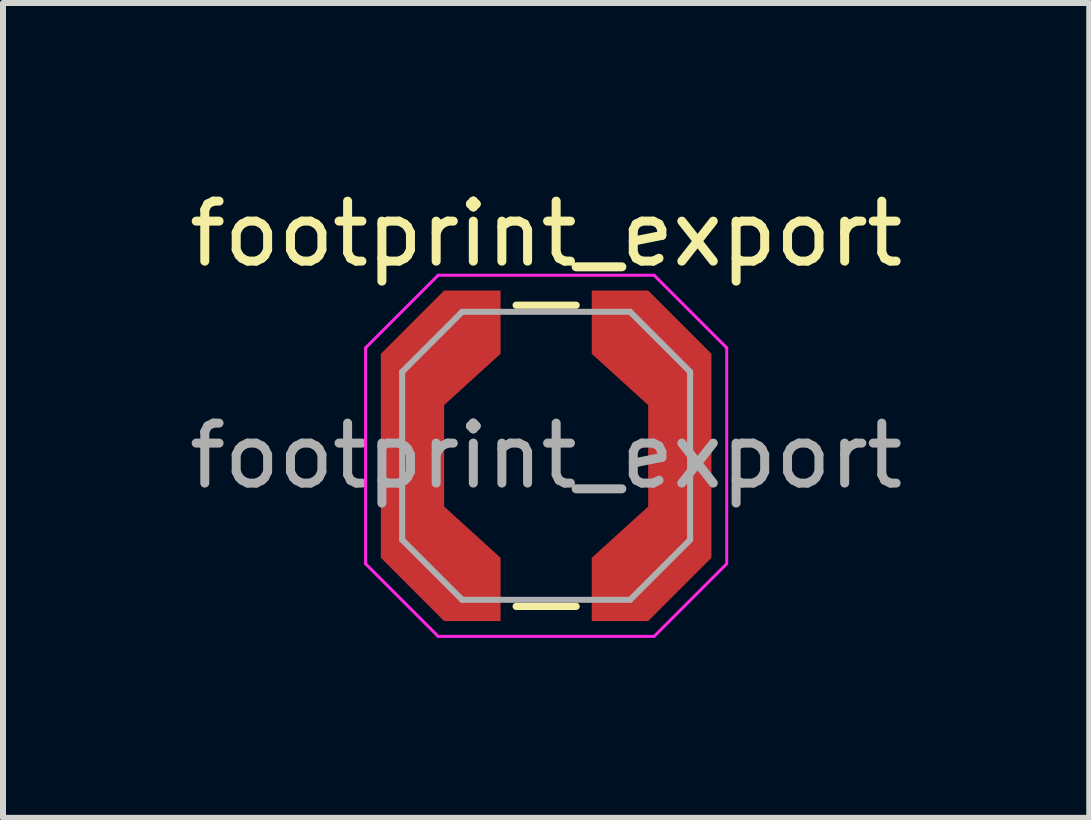
<source format=kicad_pcb>
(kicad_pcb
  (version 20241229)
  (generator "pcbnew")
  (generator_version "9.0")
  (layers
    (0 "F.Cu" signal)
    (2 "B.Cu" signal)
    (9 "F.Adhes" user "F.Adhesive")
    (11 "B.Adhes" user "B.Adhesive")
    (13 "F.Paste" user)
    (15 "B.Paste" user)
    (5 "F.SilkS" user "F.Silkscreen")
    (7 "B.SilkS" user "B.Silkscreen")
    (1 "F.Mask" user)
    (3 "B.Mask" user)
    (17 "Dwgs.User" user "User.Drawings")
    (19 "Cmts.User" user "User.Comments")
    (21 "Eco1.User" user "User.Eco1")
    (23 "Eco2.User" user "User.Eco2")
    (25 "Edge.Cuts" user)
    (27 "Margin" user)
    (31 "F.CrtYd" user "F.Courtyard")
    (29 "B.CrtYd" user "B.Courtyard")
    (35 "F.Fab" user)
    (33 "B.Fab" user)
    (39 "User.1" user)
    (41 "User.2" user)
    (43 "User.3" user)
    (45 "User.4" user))
  (footprint "footprint_export"
    (layer "F.Cu")
    (at 6.054 4.548)
    (property "Reference" "footprint_export" (at 0 -3.7 0) (layer "F.SilkS") (effects (font (size 1 1) (thickness 0.15))))
    (attr smd)
    (fp_line (start -0.5 -2.51) (end 0.5 -2.51) (stroke (width 0.12) (type solid)) (layer "F.SilkS"))
    (fp_line (start -0.5 2.51) (end 0.5 2.51) (stroke (width 0.12) (type solid)) (layer "F.SilkS"))
    (fp_line (start -3.01 -1.8) (end -1.8 -3.01) (stroke (width 0.05) (type solid)) (layer "F.CrtYd"))
    (fp_line (start -3.01 1.8) (end -3.01 -1.8) (stroke (width 0.05) (type solid)) (layer "F.CrtYd"))
    (fp_line (start -1.8 -3.01) (end 1.8 -3.01) (stroke (width 0.05) (type solid)) (layer "F.CrtYd"))
    (fp_line (start -1.8 3.01) (end -3.01 1.8) (stroke (width 0.05) (type solid)) (layer "F.CrtYd"))
    (fp_line (start 1.8 -3.01) (end 3.01 -1.8) (stroke (width 0.05) (type solid)) (layer "F.CrtYd"))
    (fp_line (start 1.8 3.01) (end -1.8 3.01) (stroke (width 0.05) (type solid)) (layer "F.CrtYd"))
    (fp_line (start 3.01 -1.8) (end 3.01 1.8) (stroke (width 0.05) (type solid)) (layer "F.CrtYd"))
    (fp_line (start 3.01 1.8) (end 1.8 3.01) (stroke (width 0.05) (type solid)) (layer "F.CrtYd"))
    (fp_line (start -2.4 -1.4) (end -1.4 -2.4) (stroke (width 0.1) (type solid)) (layer "F.Fab"))
    (fp_line (start -2.4 1.4) (end -2.4 -1.4) (stroke (width 0.1) (type solid)) (layer "F.Fab"))
    (fp_line (start -2.4 1.4) (end -1.4 2.4) (stroke (width 0.1) (type solid)) (layer "F.Fab"))
    (fp_line (start -1.4 -2.4) (end 1.4 -2.4) (stroke (width 0.1) (type solid)) (layer "F.Fab"))
    (fp_line (start 1.4 -2.4) (end 2.4 -1.4) (stroke (width 0.1) (type solid)) (layer "F.Fab"))
    (fp_line (start 1.4 2.4) (end -1.4 2.4) (stroke (width 0.1) (type solid)) (layer "F.Fab"))
    (fp_line (start 2.4 -1.4) (end 2.4 1.4) (stroke (width 0.1) (type solid)) (layer "F.Fab"))
    (fp_line (start 2.4 1.4) (end 1.4 2.4) (stroke (width 0.1) (type solid)) (layer "F.Fab"))
    (fp_text user "${REFERENCE}" (at 0 0 0) (layer "F.Fab") (effects (font (size 1 1) (thickness 0.15))))
    (pad "1" smd custom (at -2.228 0) (size 1.055 3.4) (layers "F.Cu" "F.Mask" "F.Paste") (options (anchor rect)) (primitives (gr_poly (pts (xy 1.468 -1.7) (xy 0.527 -0.845) (xy 0.527 0.845) (xy 1.468 1.7) (xy 1.468 2.755) (xy 0.527 2.755) (xy -0.527 1.7) (xy -0.527 -1.7) (xy 0.527 -2.755) (xy 1.468 -2.755)) (width 0) (fill yes))))
    (pad "2" smd custom (at 2.228 0) (size 1.055 3.4) (layers "F.Cu" "F.Mask" "F.Paste") (options (anchor rect)) (primitives (gr_poly (pts (xy 0.527 -1.7) (xy 0.527 1.7) (xy -0.527 2.755) (xy -1.468 2.755) (xy -1.468 1.7) (xy -0.527 0.845) (xy -0.527 -0.845) (xy -1.468 -1.7) (xy -1.468 -2.755) (xy -0.527 -2.755)) (width 0) (fill yes)))))
  (gr_rect
    (start -3 -3)
    (end 15.107 10.583)
    (stroke (width 0.1) (type default))
    (fill no)
    (layer "Edge.Cuts")))
</source>
